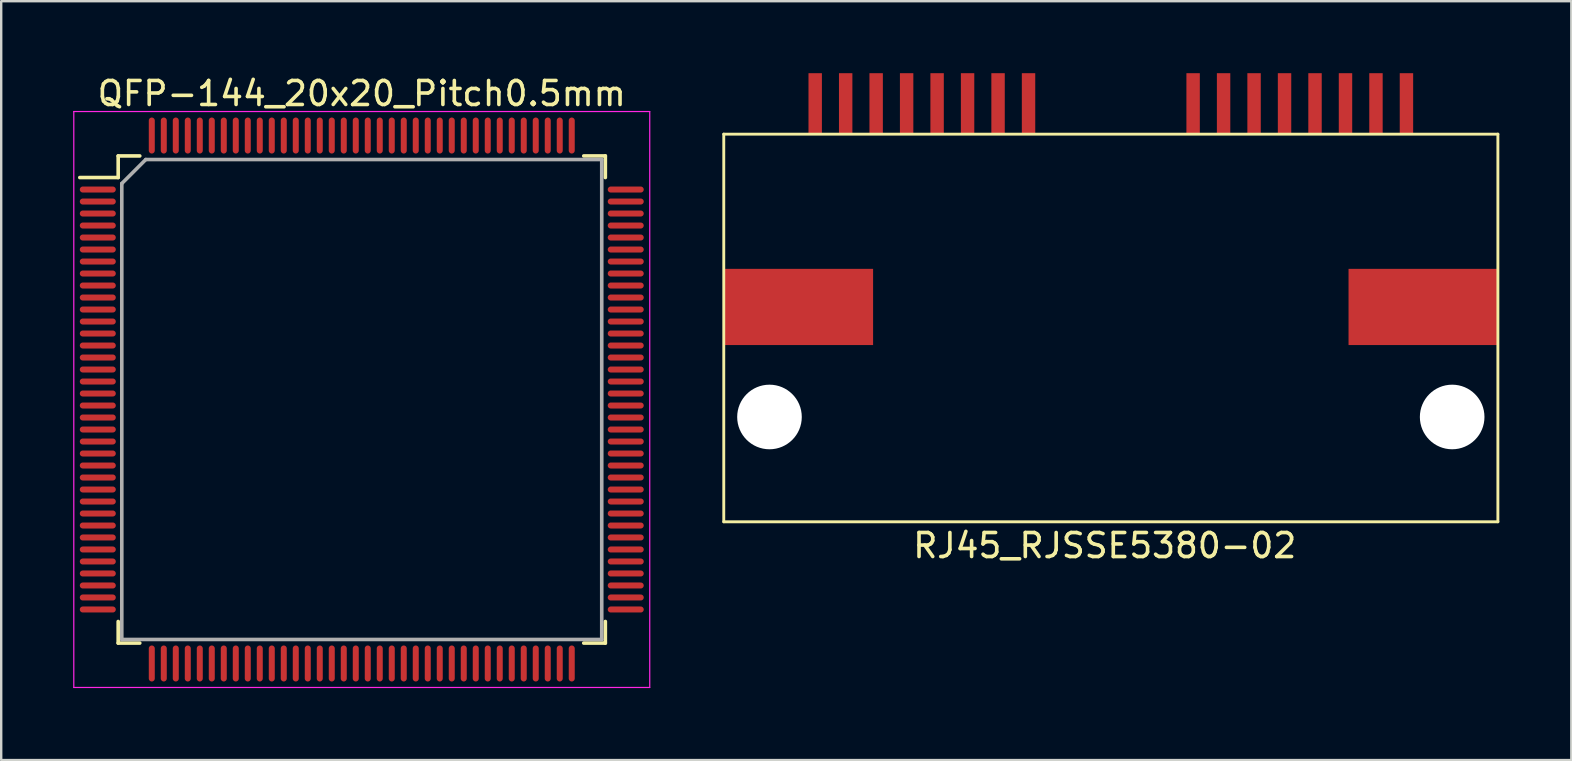
<source format=kicad_pcb>
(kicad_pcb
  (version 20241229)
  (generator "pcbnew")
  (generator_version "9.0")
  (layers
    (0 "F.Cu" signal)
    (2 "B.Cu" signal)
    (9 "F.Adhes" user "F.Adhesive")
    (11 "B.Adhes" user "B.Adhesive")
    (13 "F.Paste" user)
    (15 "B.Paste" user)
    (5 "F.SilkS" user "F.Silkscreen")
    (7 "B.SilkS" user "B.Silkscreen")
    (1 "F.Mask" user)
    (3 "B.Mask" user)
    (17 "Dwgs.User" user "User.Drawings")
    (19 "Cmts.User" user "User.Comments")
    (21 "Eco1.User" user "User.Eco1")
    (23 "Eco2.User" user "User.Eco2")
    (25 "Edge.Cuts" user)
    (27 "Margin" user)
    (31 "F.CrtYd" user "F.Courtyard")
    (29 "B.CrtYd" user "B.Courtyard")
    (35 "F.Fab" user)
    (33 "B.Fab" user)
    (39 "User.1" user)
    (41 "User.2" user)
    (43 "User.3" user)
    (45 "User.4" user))
  (footprint "QFP-144_20x20_Pitch0.5mm"
    (layer "F.Cu")
    (at 12.025 13.598)
    (property "Reference" "QFP-144_20x20_Pitch0.5mm" (at 0 -12.75 0) (layer "F.SilkS") (effects (font (size 1 1) (thickness 0.15))))
    (attr smd)
    (fp_line (start -10.15 -10.15) (end -10.15 -9.25) (stroke (width 0.15) (type solid)) (layer "F.SilkS"))
    (fp_line (start -10.15 -9.25) (end -11.75 -9.25) (stroke (width 0.15) (type solid)) (layer "F.SilkS"))
    (fp_line (start -10.15 10.15) (end -10.15 9.25) (stroke (width 0.15) (type solid)) (layer "F.SilkS"))
    (fp_line (start -9.25 -10.15) (end -10.15 -10.15) (stroke (width 0.15) (type solid)) (layer "F.SilkS"))
    (fp_line (start -9.25 10.15) (end -10.15 10.15) (stroke (width 0.15) (type solid)) (layer "F.SilkS"))
    (fp_line (start 9.25 -10.15) (end 10.15 -10.15) (stroke (width 0.15) (type solid)) (layer "F.SilkS"))
    (fp_line (start 9.25 10.15) (end 10.15 10.15) (stroke (width 0.15) (type solid)) (layer "F.SilkS"))
    (fp_line (start 10.15 -10.15) (end 10.15 -9.25) (stroke (width 0.15) (type solid)) (layer "F.SilkS"))
    (fp_line (start 10.15 10.15) (end 10.15 9.25) (stroke (width 0.15) (type solid)) (layer "F.SilkS"))
    (fp_line (start -12 -12) (end 12 -12) (stroke (width 0.05) (type solid)) (layer "F.CrtYd"))
    (fp_line (start -12 12) (end -12 -12) (stroke (width 0.05) (type solid)) (layer "F.CrtYd"))
    (fp_line (start 12 -12) (end 12 12) (stroke (width 0.05) (type solid)) (layer "F.CrtYd"))
    (fp_line (start 12 12) (end -12 12) (stroke (width 0.05) (type solid)) (layer "F.CrtYd"))
    (fp_line (start -10 -9) (end -10 10) (stroke (width 0.15) (type solid)) (layer "F.Fab"))
    (fp_line (start -10 10) (end 10 10) (stroke (width 0.15) (type solid)) (layer "F.Fab"))
    (fp_line (start -9 -10) (end -10 -9) (stroke (width 0.15) (type solid)) (layer "F.Fab"))
    (fp_line (start 10 -10) (end -9 -10) (stroke (width 0.15) (type solid)) (layer "F.Fab"))
    (fp_line (start 10 10) (end 10 -10) (stroke (width 0.15) (type solid)) (layer "F.Fab"))
    (pad "1" smd oval (at -11 -8.75 90) (size 0.25 1.5) (layers "F.Cu" "F.Mask" "F.Paste"))
    (pad "2" smd oval (at -11 -8.25 90) (size 0.25 1.5) (layers "F.Cu" "F.Mask" "F.Paste"))
    (pad "3" smd oval (at -11 -7.75 90) (size 0.25 1.5) (layers "F.Cu" "F.Mask" "F.Paste"))
    (pad "4" smd oval (at -11 -7.25 90) (size 0.25 1.5) (layers "F.Cu" "F.Mask" "F.Paste"))
    (pad "5" smd oval (at -11 -6.75 90) (size 0.25 1.5) (layers "F.Cu" "F.Mask" "F.Paste"))
    (pad "6" smd oval (at -11 -6.25 90) (size 0.25 1.5) (layers "F.Cu" "F.Mask" "F.Paste"))
    (pad "7" smd oval (at -11 -5.75 90) (size 0.25 1.5) (layers "F.Cu" "F.Mask" "F.Paste"))
    (pad "8" smd oval (at -11 -5.25 90) (size 0.25 1.5) (layers "F.Cu" "F.Mask" "F.Paste"))
    (pad "9" smd oval (at -11 -4.75 90) (size 0.25 1.5) (layers "F.Cu" "F.Mask" "F.Paste"))
    (pad "10" smd oval (at -11 -4.25 90) (size 0.25 1.5) (layers "F.Cu" "F.Mask" "F.Paste"))
    (pad "11" smd oval (at -11 -3.75 90) (size 0.25 1.5) (layers "F.Cu" "F.Mask" "F.Paste"))
    (pad "12" smd oval (at -11 -3.25 90) (size 0.25 1.5) (layers "F.Cu" "F.Mask" "F.Paste"))
    (pad "13" smd oval (at -11 -2.75 90) (size 0.25 1.5) (layers "F.Cu" "F.Mask" "F.Paste"))
    (pad "14" smd oval (at -11 -2.25 90) (size 0.25 1.5) (layers "F.Cu" "F.Mask" "F.Paste"))
    (pad "15" smd oval (at -11 -1.75 90) (size 0.25 1.5) (layers "F.Cu" "F.Mask" "F.Paste"))
    (pad "16" smd oval (at -11 -1.25 90) (size 0.25 1.5) (layers "F.Cu" "F.Mask" "F.Paste"))
    (pad "17" smd oval (at -11 -0.75 90) (size 0.25 1.5) (layers "F.Cu" "F.Mask" "F.Paste"))
    (pad "18" smd oval (at -11 -0.25 90) (size 0.25 1.5) (layers "F.Cu" "F.Mask" "F.Paste"))
    (pad "19" smd oval (at -11 0.25 90) (size 0.25 1.5) (layers "F.Cu" "F.Mask" "F.Paste"))
    (pad "20" smd oval (at -11 0.75 90) (size 0.25 1.5) (layers "F.Cu" "F.Mask" "F.Paste"))
    (pad "21" smd oval (at -11 1.25 90) (size 0.25 1.5) (layers "F.Cu" "F.Mask" "F.Paste"))
    (pad "22" smd oval (at -11 1.75 90) (size 0.25 1.5) (layers "F.Cu" "F.Mask" "F.Paste"))
    (pad "23" smd oval (at -11 2.25 90) (size 0.25 1.5) (layers "F.Cu" "F.Mask" "F.Paste"))
    (pad "24" smd oval (at -11 2.75 90) (size 0.25 1.5) (layers "F.Cu" "F.Mask" "F.Paste"))
    (pad "25" smd oval (at -11 3.25 90) (size 0.25 1.5) (layers "F.Cu" "F.Mask" "F.Paste"))
    (pad "26" smd oval (at -11 3.75 90) (size 0.25 1.5) (layers "F.Cu" "F.Mask" "F.Paste"))
    (pad "27" smd oval (at -11 4.25 90) (size 0.25 1.5) (layers "F.Cu" "F.Mask" "F.Paste"))
    (pad "28" smd oval (at -11 4.75 90) (size 0.25 1.5) (layers "F.Cu" "F.Mask" "F.Paste"))
    (pad "29" smd oval (at -11 5.25 90) (size 0.25 1.5) (layers "F.Cu" "F.Mask" "F.Paste"))
    (pad "30" smd oval (at -11 5.75 90) (size 0.25 1.5) (layers "F.Cu" "F.Mask" "F.Paste"))
    (pad "31" smd oval (at -11 6.25 90) (size 0.25 1.5) (layers "F.Cu" "F.Mask" "F.Paste"))
    (pad "32" smd oval (at -11 6.75 90) (size 0.25 1.5) (layers "F.Cu" "F.Mask" "F.Paste"))
    (pad "33" smd oval (at -11 7.25 90) (size 0.25 1.5) (layers "F.Cu" "F.Mask" "F.Paste"))
    (pad "34" smd oval (at -11 7.75 90) (size 0.25 1.5) (layers "F.Cu" "F.Mask" "F.Paste"))
    (pad "35" smd oval (at -11 8.25 90) (size 0.25 1.5) (layers "F.Cu" "F.Mask" "F.Paste"))
    (pad "36" smd oval (at -11 8.75 90) (size 0.25 1.5) (layers "F.Cu" "F.Mask" "F.Paste"))
    (pad "37" smd oval (at -8.75 11) (size 0.25 1.5) (layers "F.Cu" "F.Mask" "F.Paste"))
    (pad "38" smd oval (at -8.25 11) (size 0.25 1.5) (layers "F.Cu" "F.Mask" "F.Paste"))
    (pad "39" smd oval (at -7.75 11) (size 0.25 1.5) (layers "F.Cu" "F.Mask" "F.Paste"))
    (pad "40" smd oval (at -7.25 11) (size 0.25 1.5) (layers "F.Cu" "F.Mask" "F.Paste"))
    (pad "41" smd oval (at -6.75 11) (size 0.25 1.5) (layers "F.Cu" "F.Mask" "F.Paste"))
    (pad "42" smd oval (at -6.25 11) (size 0.25 1.5) (layers "F.Cu" "F.Mask" "F.Paste"))
    (pad "43" smd oval (at -5.75 11) (size 0.25 1.5) (layers "F.Cu" "F.Mask" "F.Paste"))
    (pad "44" smd oval (at -5.25 11) (size 0.25 1.5) (layers "F.Cu" "F.Mask" "F.Paste"))
    (pad "45" smd oval (at -4.75 11) (size 0.25 1.5) (layers "F.Cu" "F.Mask" "F.Paste"))
    (pad "46" smd oval (at -4.25 11) (size 0.25 1.5) (layers "F.Cu" "F.Mask" "F.Paste"))
    (pad "47" smd oval (at -3.75 11) (size 0.25 1.5) (layers "F.Cu" "F.Mask" "F.Paste"))
    (pad "48" smd oval (at -3.25 11) (size 0.25 1.5) (layers "F.Cu" "F.Mask" "F.Paste"))
    (pad "49" smd oval (at -2.75 11) (size 0.25 1.5) (layers "F.Cu" "F.Mask" "F.Paste"))
    (pad "50" smd oval (at -2.25 11) (size 0.25 1.5) (layers "F.Cu" "F.Mask" "F.Paste"))
    (pad "51" smd oval (at -1.75 11) (size 0.25 1.5) (layers "F.Cu" "F.Mask" "F.Paste"))
    (pad "52" smd oval (at -1.25 11) (size 0.25 1.5) (layers "F.Cu" "F.Mask" "F.Paste"))
    (pad "53" smd oval (at -0.75 11) (size 0.25 1.5) (layers "F.Cu" "F.Mask" "F.Paste"))
    (pad "54" smd oval (at -0.25 11) (size 0.25 1.5) (layers "F.Cu" "F.Mask" "F.Paste"))
    (pad "55" smd oval (at 0.25 11) (size 0.25 1.5) (layers "F.Cu" "F.Mask" "F.Paste"))
    (pad "56" smd oval (at 0.75 11) (size 0.25 1.5) (layers "F.Cu" "F.Mask" "F.Paste"))
    (pad "57" smd oval (at 1.25 11) (size 0.25 1.5) (layers "F.Cu" "F.Mask" "F.Paste"))
    (pad "58" smd oval (at 1.75 11) (size 0.25 1.5) (layers "F.Cu" "F.Mask" "F.Paste"))
    (pad "59" smd oval (at 2.25 11) (size 0.25 1.5) (layers "F.Cu" "F.Mask" "F.Paste"))
    (pad "60" smd oval (at 2.75 11) (size 0.25 1.5) (layers "F.Cu" "F.Mask" "F.Paste"))
    (pad "61" smd oval (at 3.25 11) (size 0.25 1.5) (layers "F.Cu" "F.Mask" "F.Paste"))
    (pad "62" smd oval (at 3.75 11) (size 0.25 1.5) (layers "F.Cu" "F.Mask" "F.Paste"))
    (pad "63" smd oval (at 4.25 11) (size 0.25 1.5) (layers "F.Cu" "F.Mask" "F.Paste"))
    (pad "64" smd oval (at 4.75 11) (size 0.25 1.5) (layers "F.Cu" "F.Mask" "F.Paste"))
    (pad "65" smd oval (at 5.25 11) (size 0.25 1.5) (layers "F.Cu" "F.Mask" "F.Paste"))
    (pad "66" smd oval (at 5.75 11) (size 0.25 1.5) (layers "F.Cu" "F.Mask" "F.Paste"))
    (pad "67" smd oval (at 6.25 11) (size 0.25 1.5) (layers "F.Cu" "F.Mask" "F.Paste"))
    (pad "68" smd oval (at 6.75 11) (size 0.25 1.5) (layers "F.Cu" "F.Mask" "F.Paste"))
    (pad "69" smd oval (at 7.25 11) (size 0.25 1.5) (layers "F.Cu" "F.Mask" "F.Paste"))
    (pad "70" smd oval (at 7.75 11) (size 0.25 1.5) (layers "F.Cu" "F.Mask" "F.Paste"))
    (pad "71" smd oval (at 8.25 11) (size 0.25 1.5) (layers "F.Cu" "F.Mask" "F.Paste"))
    (pad "72" smd oval (at 8.75 11) (size 0.25 1.5) (layers "F.Cu" "F.Mask" "F.Paste"))
    (pad "73" smd oval (at 11 8.75 90) (size 0.25 1.5) (layers "F.Cu" "F.Mask" "F.Paste"))
    (pad "74" smd oval (at 11 8.25 90) (size 0.25 1.5) (layers "F.Cu" "F.Mask" "F.Paste"))
    (pad "75" smd oval (at 11 7.75 90) (size 0.25 1.5) (layers "F.Cu" "F.Mask" "F.Paste"))
    (pad "76" smd oval (at 11 7.25 90) (size 0.25 1.5) (layers "F.Cu" "F.Mask" "F.Paste"))
    (pad "77" smd oval (at 11 6.75 90) (size 0.25 1.5) (layers "F.Cu" "F.Mask" "F.Paste"))
    (pad "78" smd oval (at 11 6.25 90) (size 0.25 1.5) (layers "F.Cu" "F.Mask" "F.Paste"))
    (pad "79" smd oval (at 11 5.75 90) (size 0.25 1.5) (layers "F.Cu" "F.Mask" "F.Paste"))
    (pad "80" smd oval (at 11 5.25 90) (size 0.25 1.5) (layers "F.Cu" "F.Mask" "F.Paste"))
    (pad "81" smd oval (at 11 4.75 90) (size 0.25 1.5) (layers "F.Cu" "F.Mask" "F.Paste"))
    (pad "82" smd oval (at 11 4.25 90) (size 0.25 1.5) (layers "F.Cu" "F.Mask" "F.Paste"))
    (pad "83" smd oval (at 11 3.75 90) (size 0.25 1.5) (layers "F.Cu" "F.Mask" "F.Paste"))
    (pad "84" smd oval (at 11 3.25 90) (size 0.25 1.5) (layers "F.Cu" "F.Mask" "F.Paste"))
    (pad "85" smd oval (at 11 2.75 90) (size 0.25 1.5) (layers "F.Cu" "F.Mask" "F.Paste"))
    (pad "86" smd oval (at 11 2.25 90) (size 0.25 1.5) (layers "F.Cu" "F.Mask" "F.Paste"))
    (pad "87" smd oval (at 11 1.75 90) (size 0.25 1.5) (layers "F.Cu" "F.Mask" "F.Paste"))
    (pad "88" smd oval (at 11 1.25 90) (size 0.25 1.5) (layers "F.Cu" "F.Mask" "F.Paste"))
    (pad "89" smd oval (at 11 0.75 90) (size 0.25 1.5) (layers "F.Cu" "F.Mask" "F.Paste"))
    (pad "90" smd oval (at 11 0.25 90) (size 0.25 1.5) (layers "F.Cu" "F.Mask" "F.Paste"))
    (pad "91" smd oval (at 11 -0.25 90) (size 0.25 1.5) (layers "F.Cu" "F.Mask" "F.Paste"))
    (pad "92" smd oval (at 11 -0.75 90) (size 0.25 1.5) (layers "F.Cu" "F.Mask" "F.Paste"))
    (pad "93" smd oval (at 11 -1.25 90) (size 0.25 1.5) (layers "F.Cu" "F.Mask" "F.Paste"))
    (pad "94" smd oval (at 11 -1.75 90) (size 0.25 1.5) (layers "F.Cu" "F.Mask" "F.Paste"))
    (pad "95" smd oval (at 11 -2.25 90) (size 0.25 1.5) (layers "F.Cu" "F.Mask" "F.Paste"))
    (pad "96" smd oval (at 11 -2.75 90) (size 0.25 1.5) (layers "F.Cu" "F.Mask" "F.Paste"))
    (pad "97" smd oval (at 11 -3.25 90) (size 0.25 1.5) (layers "F.Cu" "F.Mask" "F.Paste"))
    (pad "98" smd oval (at 11 -3.75 90) (size 0.25 1.5) (layers "F.Cu" "F.Mask" "F.Paste"))
    (pad "99" smd oval (at 11 -4.25 90) (size 0.25 1.5) (layers "F.Cu" "F.Mask" "F.Paste"))
    (pad "100" smd oval (at 11 -4.75 90) (size 0.25 1.5) (layers "F.Cu" "F.Mask" "F.Paste"))
    (pad "101" smd oval (at 11 -5.25 90) (size 0.25 1.5) (layers "F.Cu" "F.Mask" "F.Paste"))
    (pad "102" smd oval (at 11 -5.75 90) (size 0.25 1.5) (layers "F.Cu" "F.Mask" "F.Paste"))
    (pad "103" smd oval (at 11 -6.25 90) (size 0.25 1.5) (layers "F.Cu" "F.Mask" "F.Paste"))
    (pad "104" smd oval (at 11 -6.75 90) (size 0.25 1.5) (layers "F.Cu" "F.Mask" "F.Paste"))
    (pad "105" smd oval (at 11 -7.25 90) (size 0.25 1.5) (layers "F.Cu" "F.Mask" "F.Paste"))
    (pad "106" smd oval (at 11 -7.75 90) (size 0.25 1.5) (layers "F.Cu" "F.Mask" "F.Paste"))
    (pad "107" smd oval (at 11 -8.25 90) (size 0.25 1.5) (layers "F.Cu" "F.Mask" "F.Paste"))
    (pad "108" smd oval (at 11 -8.75 90) (size 0.25 1.5) (layers "F.Cu" "F.Mask" "F.Paste"))
    (pad "109" smd oval (at 8.75 -11) (size 0.25 1.5) (layers "F.Cu" "F.Mask" "F.Paste"))
    (pad "110" smd oval (at 8.25 -11) (size 0.25 1.5) (layers "F.Cu" "F.Mask" "F.Paste"))
    (pad "111" smd oval (at 7.75 -11) (size 0.25 1.5) (layers "F.Cu" "F.Mask" "F.Paste"))
    (pad "112" smd oval (at 7.25 -11) (size 0.25 1.5) (layers "F.Cu" "F.Mask" "F.Paste"))
    (pad "113" smd oval (at 6.75 -11) (size 0.25 1.5) (layers "F.Cu" "F.Mask" "F.Paste"))
    (pad "114" smd oval (at 6.25 -11) (size 0.25 1.5) (layers "F.Cu" "F.Mask" "F.Paste"))
    (pad "115" smd oval (at 5.75 -11) (size 0.25 1.5) (layers "F.Cu" "F.Mask" "F.Paste"))
    (pad "116" smd oval (at 5.25 -11) (size 0.25 1.5) (layers "F.Cu" "F.Mask" "F.Paste"))
    (pad "117" smd oval (at 4.75 -11) (size 0.25 1.5) (layers "F.Cu" "F.Mask" "F.Paste"))
    (pad "118" smd oval (at 4.25 -11) (size 0.25 1.5) (layers "F.Cu" "F.Mask" "F.Paste"))
    (pad "119" smd oval (at 3.75 -11) (size 0.25 1.5) (layers "F.Cu" "F.Mask" "F.Paste"))
    (pad "120" smd oval (at 3.25 -11) (size 0.25 1.5) (layers "F.Cu" "F.Mask" "F.Paste"))
    (pad "121" smd oval (at 2.75 -11) (size 0.25 1.5) (layers "F.Cu" "F.Mask" "F.Paste"))
    (pad "122" smd oval (at 2.25 -11) (size 0.25 1.5) (layers "F.Cu" "F.Mask" "F.Paste"))
    (pad "123" smd oval (at 1.75 -11) (size 0.25 1.5) (layers "F.Cu" "F.Mask" "F.Paste"))
    (pad "124" smd oval (at 1.25 -11) (size 0.25 1.5) (layers "F.Cu" "F.Mask" "F.Paste"))
    (pad "125" smd oval (at 0.75 -11) (size 0.25 1.5) (layers "F.Cu" "F.Mask" "F.Paste"))
    (pad "126" smd oval (at 0.25 -11) (size 0.25 1.5) (layers "F.Cu" "F.Mask" "F.Paste"))
    (pad "127" smd oval (at -0.25 -11) (size 0.25 1.5) (layers "F.Cu" "F.Mask" "F.Paste"))
    (pad "128" smd oval (at -0.75 -11) (size 0.25 1.5) (layers "F.Cu" "F.Mask" "F.Paste"))
    (pad "129" smd oval (at -1.25 -11) (size 0.25 1.5) (layers "F.Cu" "F.Mask" "F.Paste"))
    (pad "130" smd oval (at -1.75 -11) (size 0.25 1.5) (layers "F.Cu" "F.Mask" "F.Paste"))
    (pad "131" smd oval (at -2.25 -11) (size 0.25 1.5) (layers "F.Cu" "F.Mask" "F.Paste"))
    (pad "132" smd oval (at -2.75 -11) (size 0.25 1.5) (layers "F.Cu" "F.Mask" "F.Paste"))
    (pad "133" smd oval (at -3.25 -11) (size 0.25 1.5) (layers "F.Cu" "F.Mask" "F.Paste"))
    (pad "134" smd oval (at -3.75 -11) (size 0.25 1.5) (layers "F.Cu" "F.Mask" "F.Paste"))
    (pad "135" smd oval (at -4.25 -11) (size 0.25 1.5) (layers "F.Cu" "F.Mask" "F.Paste"))
    (pad "136" smd oval (at -4.75 -11) (size 0.25 1.5) (layers "F.Cu" "F.Mask" "F.Paste"))
    (pad "137" smd oval (at -5.25 -11) (size 0.25 1.5) (layers "F.Cu" "F.Mask" "F.Paste"))
    (pad "138" smd oval (at -5.75 -11) (size 0.25 1.5) (layers "F.Cu" "F.Mask" "F.Paste"))
    (pad "139" smd oval (at -6.25 -11) (size 0.25 1.5) (layers "F.Cu" "F.Mask" "F.Paste"))
    (pad "140" smd oval (at -6.75 -11) (size 0.25 1.5) (layers "F.Cu" "F.Mask" "F.Paste"))
    (pad "141" smd oval (at -7.25 -11) (size 0.25 1.5) (layers "F.Cu" "F.Mask" "F.Paste"))
    (pad "142" smd oval (at -7.75 -11) (size 0.25 1.5) (layers "F.Cu" "F.Mask" "F.Paste"))
    (pad "143" smd oval (at -8.25 -11) (size 0.25 1.5) (layers "F.Cu" "F.Mask" "F.Paste"))
    (pad "144" smd oval (at -8.75 -11) (size 0.25 1.5) (layers "F.Cu" "F.Mask" "F.Paste")))
  (footprint "RJ45_RJSSE5380-02"
    (layer "F.Cu")
    (at 30.92 1.27)
    (property "Reference" "RJ45_RJSSE5380-02" (at 12.065 18.415 0) (layer "F.SilkS") (effects (font (size 1 1) (thickness 0.15))))
    (attr smd)
    (fp_line (start -3.81 1.27) (end -3.81 17.424) (stroke (width 0.12) (type solid)) (layer "F.SilkS"))
    (fp_line (start -3.81 17.424) (end 28.448 17.424) (stroke (width 0.12) (type solid)) (layer "F.SilkS"))
    (fp_line (start 28.448 1.27) (end -3.81 1.27) (stroke (width 0.12) (type solid)) (layer "F.SilkS"))
    (fp_line (start 28.448 17.424) (end 28.448 1.27) (stroke (width 0.12) (type solid)) (layer "F.SilkS"))
    (pad "" np_thru_hole circle (at -1.905 13.056) (size 2.692 2.692) (drill 2.692) (layers "*.Cu" "*.Mask"))
    (pad "" np_thru_hole circle (at 26.543 13.056) (size 2.692 2.692) (drill 2.692) (layers "*.Cu" "*.Mask"))
    (pad "1" smd rect (at 24.638 0) (size 0.559 2.54) (layers "F.Cu" "F.Mask" "F.Paste"))
    (pad "2" smd rect (at 23.368 0) (size 0.559 2.54) (layers "F.Cu" "F.Mask" "F.Paste"))
    (pad "3" smd rect (at 22.098 0) (size 0.559 2.54) (layers "F.Cu" "F.Mask" "F.Paste"))
    (pad "4" smd rect (at 20.828 0) (size 0.559 2.54) (layers "F.Cu" "F.Mask" "F.Paste"))
    (pad "5" smd rect (at 19.558 0) (size 0.559 2.54) (layers "F.Cu" "F.Mask" "F.Paste"))
    (pad "6" smd rect (at 18.288 0) (size 0.559 2.54) (layers "F.Cu" "F.Mask" "F.Paste"))
    (pad "7" smd rect (at 17.018 0) (size 0.559 2.54) (layers "F.Cu" "F.Mask" "F.Paste"))
    (pad "8" smd rect (at 15.748 0) (size 0.559 2.54) (layers "F.Cu" "F.Mask" "F.Paste"))
    (pad "9" smd rect (at 8.89 0) (size 0.559 2.54) (layers "F.Cu" "F.Mask" "F.Paste"))
    (pad "10" smd rect (at 7.62 0) (size 0.559 2.54) (layers "F.Cu" "F.Mask" "F.Paste"))
    (pad "11" smd rect (at 6.35 0) (size 0.559 2.54) (layers "F.Cu" "F.Mask" "F.Paste"))
    (pad "12" smd rect (at 5.08 0) (size 0.559 2.54) (layers "F.Cu" "F.Mask" "F.Paste"))
    (pad "13" smd rect (at 3.81 0) (size 0.559 2.54) (layers "F.Cu" "F.Mask" "F.Paste"))
    (pad "14" smd rect (at 2.54 0) (size 0.559 2.54) (layers "F.Cu" "F.Mask" "F.Paste"))
    (pad "15" smd rect (at 1.27 0) (size 0.559 2.54) (layers "F.Cu" "F.Mask" "F.Paste"))
    (pad "16" smd rect (at 0 0) (size 0.559 2.54) (layers "F.Cu" "F.Mask" "F.Paste"))
    (pad "SH" smd rect (at -3.81 10.058) (size 6.223 3.175) (drill (offset 3.111 -1.587)) (layers "F.Cu" "F.Mask" "F.Paste"))
    (pad "SH" smd rect (at 22.225 10.058) (size 6.223 3.175) (drill (offset 3.111 -1.587)) (layers "F.Cu" "F.Mask" "F.Paste")))
  (gr_rect
    (start -3 -3)
    (end 62.428 28.623)
    (stroke (width 0.1) (type default))
    (fill no)
    (layer "Edge.Cuts")))
</source>
